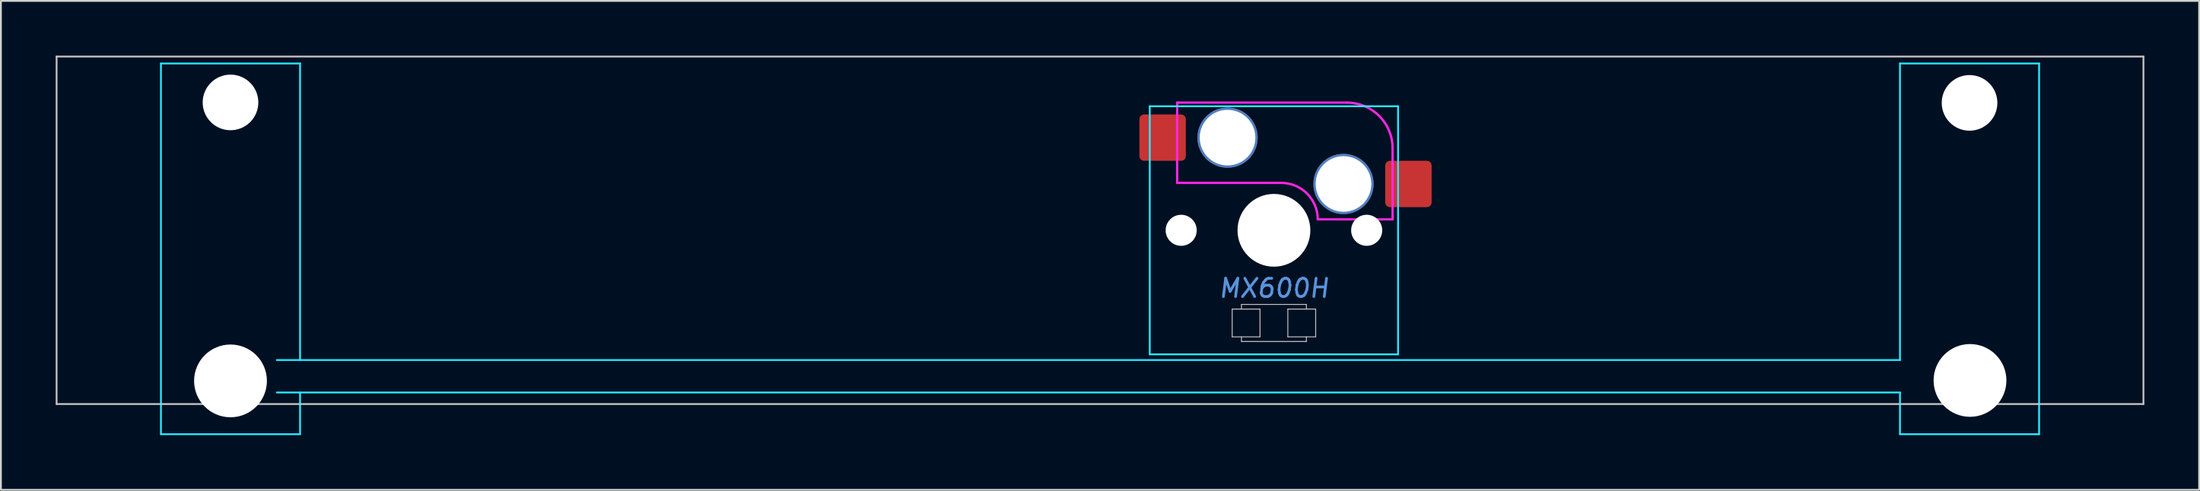
<source format=kicad_pcb>
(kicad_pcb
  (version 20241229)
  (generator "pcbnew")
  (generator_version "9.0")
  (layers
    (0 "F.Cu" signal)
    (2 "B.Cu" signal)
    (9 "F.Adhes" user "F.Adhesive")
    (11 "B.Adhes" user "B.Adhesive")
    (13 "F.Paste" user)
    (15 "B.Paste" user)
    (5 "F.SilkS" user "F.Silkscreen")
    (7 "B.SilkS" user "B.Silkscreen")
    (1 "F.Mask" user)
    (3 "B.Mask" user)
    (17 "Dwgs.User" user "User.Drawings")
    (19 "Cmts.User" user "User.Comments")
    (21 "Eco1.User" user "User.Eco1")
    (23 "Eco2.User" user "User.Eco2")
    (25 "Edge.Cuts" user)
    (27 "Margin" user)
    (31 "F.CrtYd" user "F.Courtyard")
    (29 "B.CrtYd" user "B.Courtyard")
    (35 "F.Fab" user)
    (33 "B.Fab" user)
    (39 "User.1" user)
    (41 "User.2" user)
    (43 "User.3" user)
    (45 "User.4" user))
  (footprint "MX600H"
    (layer "F.Cu")
    (at 66.725 9.575)
    (property "Reference" "MX600H" (at 0 3.175 0) (layer "Cmts.User") (effects (font (size 1 1) (thickness 0.15) (italic yes))))
    (attr smd)
    (fp_line (start -66.675 -9.525) (end -66.675 9.525) (stroke (width 0.1) (type solid)) (layer "Dwgs.User"))
    (fp_line (start -66.675 -9.525) (end 47.625 -9.525) (stroke (width 0.1) (type solid)) (layer "Dwgs.User"))
    (fp_line (start -66.675 9.525) (end 47.625 9.525) (stroke (width 0.1) (type solid)) (layer "Dwgs.User"))
    (fp_line (start -2.286 4.318) (end -0.762 4.318) (stroke (width 0.051) (type solid)) (layer "Dwgs.User"))
    (fp_line (start -2.286 5.842) (end -2.286 4.318) (stroke (width 0.051) (type solid)) (layer "Dwgs.User"))
    (fp_line (start -1.778 4.064) (end 1.778 4.064) (stroke (width 0.051) (type solid)) (layer "Dwgs.User"))
    (fp_line (start -1.778 4.318) (end -1.778 4.064) (stroke (width 0.051) (type solid)) (layer "Dwgs.User"))
    (fp_line (start -1.778 6.096) (end -1.778 5.842) (stroke (width 0.051) (type solid)) (layer "Dwgs.User"))
    (fp_line (start -0.762 4.318) (end -0.762 5.842) (stroke (width 0.051) (type solid)) (layer "Dwgs.User"))
    (fp_line (start -0.762 5.842) (end -2.286 5.842) (stroke (width 0.051) (type solid)) (layer "Dwgs.User"))
    (fp_line (start 0.762 4.318) (end 2.286 4.318) (stroke (width 0.051) (type solid)) (layer "Dwgs.User"))
    (fp_line (start 0.762 5.842) (end 0.762 4.318) (stroke (width 0.051) (type solid)) (layer "Dwgs.User"))
    (fp_line (start 1.778 4.064) (end 1.778 4.318) (stroke (width 0.051) (type solid)) (layer "Dwgs.User"))
    (fp_line (start 1.778 5.842) (end 1.778 6.096) (stroke (width 0.051) (type solid)) (layer "Dwgs.User"))
    (fp_line (start 1.778 6.096) (end -1.778 6.096) (stroke (width 0.051) (type solid)) (layer "Dwgs.User"))
    (fp_line (start 2.286 4.318) (end 2.286 5.842) (stroke (width 0.051) (type solid)) (layer "Dwgs.User"))
    (fp_line (start 2.286 5.842) (end 0.762 5.842) (stroke (width 0.051) (type solid)) (layer "Dwgs.User"))
    (fp_line (start 47.625 -9.525) (end 47.625 9.525) (stroke (width 0.1) (type solid)) (layer "Dwgs.User"))
    (fp_line (start -60.65 -5.485) (end -60.65 8.515) (stroke (width 0.1) (type solid)) (layer "Eco1.User"))
    (fp_line (start -60.15 -5.985) (end -54.15 -5.985) (stroke (width 0.1) (type solid)) (layer "Eco1.User"))
    (fp_line (start -54.15 9.015) (end -60.15 9.015) (stroke (width 0.1) (type solid)) (layer "Eco1.User"))
    (fp_line (start -53.65 8.515) (end -53.65 -5.485) (stroke (width 0.1) (type solid)) (layer "Eco1.User"))
    (fp_line (start -7 -6.5) (end -7 6.5) (stroke (width 0.1) (type solid)) (layer "Eco1.User"))
    (fp_line (start -6.5 7) (end 6.5 7) (stroke (width 0.1) (type solid)) (layer "Eco1.User"))
    (fp_line (start 6.5 -7) (end -6.5 -7) (stroke (width 0.1) (type solid)) (layer "Eco1.User"))
    (fp_line (start 7 6.5) (end 7 -6.5) (stroke (width 0.1) (type solid)) (layer "Eco1.User"))
    (fp_line (start 34.6 -5.485) (end 34.6 8.515) (stroke (width 0.1) (type solid)) (layer "Eco1.User"))
    (fp_line (start 35.1 -5.985) (end 41.1 -5.985) (stroke (width 0.1) (type solid)) (layer "Eco1.User"))
    (fp_line (start 41.1 9.015) (end 35.1 9.015) (stroke (width 0.1) (type solid)) (layer "Eco1.User"))
    (fp_line (start 41.6 8.515) (end 41.6 -5.485) (stroke (width 0.1) (type solid)) (layer "Eco1.User"))
    (fp_arc (start -60.65 -5.485) (mid -60.503553 -5.838553) (end -60.15 -5.985) (stroke (width 0.1) (type solid)) (layer "Eco1.User"))
    (fp_arc (start -60.15 9.015) (mid -60.503553 8.868553) (end -60.65 8.515) (stroke (width 0.1) (type solid)) (layer "Eco1.User"))
    (fp_arc (start -54.15 -5.985) (mid -53.796447 -5.838553) (end -53.65 -5.485) (stroke (width 0.1) (type solid)) (layer "Eco1.User"))
    (fp_arc (start -53.65 8.515) (mid -53.796447 8.868553) (end -54.15 9.015) (stroke (width 0.1) (type solid)) (layer "Eco1.User"))
    (fp_arc (start -7 -6.5) (mid -6.853553 -6.853553) (end -6.5 -7) (stroke (width 0.1) (type solid)) (layer "Eco1.User"))
    (fp_arc (start -6.5 7) (mid -6.853553 6.853553) (end -7 6.5) (stroke (width 0.1) (type solid)) (layer "Eco1.User"))
    (fp_arc (start 6.5 -7) (mid 6.853553 -6.853553) (end 7 -6.5) (stroke (width 0.1) (type solid)) (layer "Eco1.User"))
    (fp_arc (start 7 6.5) (mid 6.853553 6.853553) (end 6.5 7) (stroke (width 0.1) (type solid)) (layer "Eco1.User"))
    (fp_arc (start 34.6 -5.485) (mid 34.746447 -5.838553) (end 35.1 -5.985) (stroke (width 0.1) (type solid)) (layer "Eco1.User"))
    (fp_arc (start 35.1 9.015) (mid 34.746447 8.868553) (end 34.6 8.515) (stroke (width 0.1) (type solid)) (layer "Eco1.User"))
    (fp_arc (start 41.1 -5.985) (mid 41.453553 -5.838553) (end 41.6 -5.485) (stroke (width 0.1) (type solid)) (layer "Eco1.User"))
    (fp_arc (start 41.6 8.515) (mid 41.453553 8.868553) (end 41.1 9.015) (stroke (width 0.1) (type solid)) (layer "Eco1.User"))
    (fp_line (start -60.96 -9.144) (end -60.96 11.176) (stroke (width 0.1) (type solid)) (layer "B.CrtYd"))
    (fp_line (start -60.96 -9.144) (end -53.34 -9.144) (stroke (width 0.1) (type solid)) (layer "B.CrtYd"))
    (fp_line (start -60.96 11.176) (end -53.34 11.176) (stroke (width 0.1) (type solid)) (layer "B.CrtYd"))
    (fp_line (start -54.61 7.112) (end 34.29 7.112) (stroke (width 0.1) (type solid)) (layer "B.CrtYd"))
    (fp_line (start -54.61 8.89) (end 34.29 8.89) (stroke (width 0.1) (type solid)) (layer "B.CrtYd"))
    (fp_line (start -53.34 7.112) (end -53.34 -9.144) (stroke (width 0.1) (type solid)) (layer "B.CrtYd"))
    (fp_line (start -53.34 8.89) (end -53.34 11.176) (stroke (width 0.1) (type solid)) (layer "B.CrtYd"))
    (fp_line (start -6.8 -6.8) (end -6.8 6.8) (stroke (width 0.1) (type solid)) (layer "B.CrtYd"))
    (fp_line (start 6.8 -6.8) (end -6.8 -6.8) (stroke (width 0.1) (type solid)) (layer "B.CrtYd"))
    (fp_line (start 6.8 -6.8) (end 6.8 6.8) (stroke (width 0.1) (type solid)) (layer "B.CrtYd"))
    (fp_line (start 6.8 6.8) (end -6.8 6.8) (stroke (width 0.1) (type solid)) (layer "B.CrtYd"))
    (fp_line (start 34.29 7.112) (end 34.29 -9.144) (stroke (width 0.1) (type solid)) (layer "B.CrtYd"))
    (fp_line (start 34.29 8.89) (end 34.29 11.176) (stroke (width 0.1) (type solid)) (layer "B.CrtYd"))
    (fp_line (start 41.91 -9.144) (end 34.29 -9.144) (stroke (width 0.1) (type solid)) (layer "B.CrtYd"))
    (fp_line (start 41.91 -9.144) (end 41.91 11.176) (stroke (width 0.1) (type solid)) (layer "B.CrtYd"))
    (fp_line (start 41.91 11.176) (end 34.29 11.176) (stroke (width 0.1) (type solid)) (layer "B.CrtYd"))
    (fp_line (start -5.3 -7) (end -5.3 -2.6) (stroke (width 0.127) (type solid)) (layer "F.CrtYd"))
    (fp_line (start -5.2 -7) (end -5.3 -7) (stroke (width 0.12) (type solid)) (layer "F.CrtYd"))
    (fp_line (start 0.4 -2.6) (end -5.3 -2.6) (stroke (width 0.127) (type solid)) (layer "F.CrtYd"))
    (fp_line (start 4 -7) (end -5.2 -7) (stroke (width 0.12) (type solid)) (layer "F.CrtYd"))
    (fp_line (start 6.5 -4.5) (end 6.5 -0.6) (stroke (width 0.127) (type solid)) (layer "F.CrtYd"))
    (fp_line (start 6.5 -0.6) (end 2.4 -0.6) (stroke (width 0.12) (type solid)) (layer "F.CrtYd"))
    (fp_arc (start 0.4 -2.6) (mid 1.814214 -2.014214) (end 2.4 -0.6) (stroke (width 0.127) (type solid)) (layer "F.CrtYd"))
    (fp_arc (start 4 -7) (mid 5.767767 -6.267767) (end 6.5 -4.5) (stroke (width 0.127) (type solid)) (layer "F.CrtYd"))
    (pad "" np_thru_hole circle (at -57.15 -7.01) (size 3.048 3.048) (drill 3.048) (layers "*.Cu" "*.Mask"))
    (pad "" np_thru_hole circle (at -57.15 8.255) (size 3.988 3.988) (drill 3.988) (layers "*.Cu" "*.Mask"))
    (pad "" np_thru_hole circle (at -5.08 0) (size 1.702 1.702) (drill 1.702) (layers "*.Cu" "*.Mask"))
    (pad "" np_thru_hole circle (at -2.54 -5.08) (size 3.302 3.302) (drill 3.048) (layers "*.Cu" "*.Mask"))
    (pad "" np_thru_hole circle (at 0 0) (size 3.988 3.988) (drill 3.988) (layers "*.Cu" "*.Mask"))
    (pad "" np_thru_hole circle (at 3.81 -2.54) (size 3.302 3.302) (drill 3.048) (layers "*.Cu" "*.Mask"))
    (pad "" np_thru_hole circle (at 5.08 0) (size 1.702 1.702) (drill 1.702) (layers "*.Cu" "*.Mask"))
    (pad "" np_thru_hole circle (at 38.1 -6.985) (size 3.048 3.048) (drill 3.048) (layers "*.Cu" "*.Mask"))
    (pad "" np_thru_hole circle (at 38.125 8.23) (size 3.988 3.988) (drill 3.988) (layers "*.Cu" "*.Mask"))
    (pad "1" smd roundrect (at -6.096 -5.08) (size 2.54 2.54) (layers "F.Cu" "F.Mask") (roundrect_rratio 0.1))
    (pad "2" smd roundrect (at 7.366 -2.54) (size 2.54 2.54) (layers "F.Cu" "F.Mask") (roundrect_rratio 0.1)))
  (gr_rect
    (start -3 -3)
    (end 117.4 23.801)
    (stroke (width 0.1) (type default))
    (fill no)
    (layer "Edge.Cuts")))
</source>
